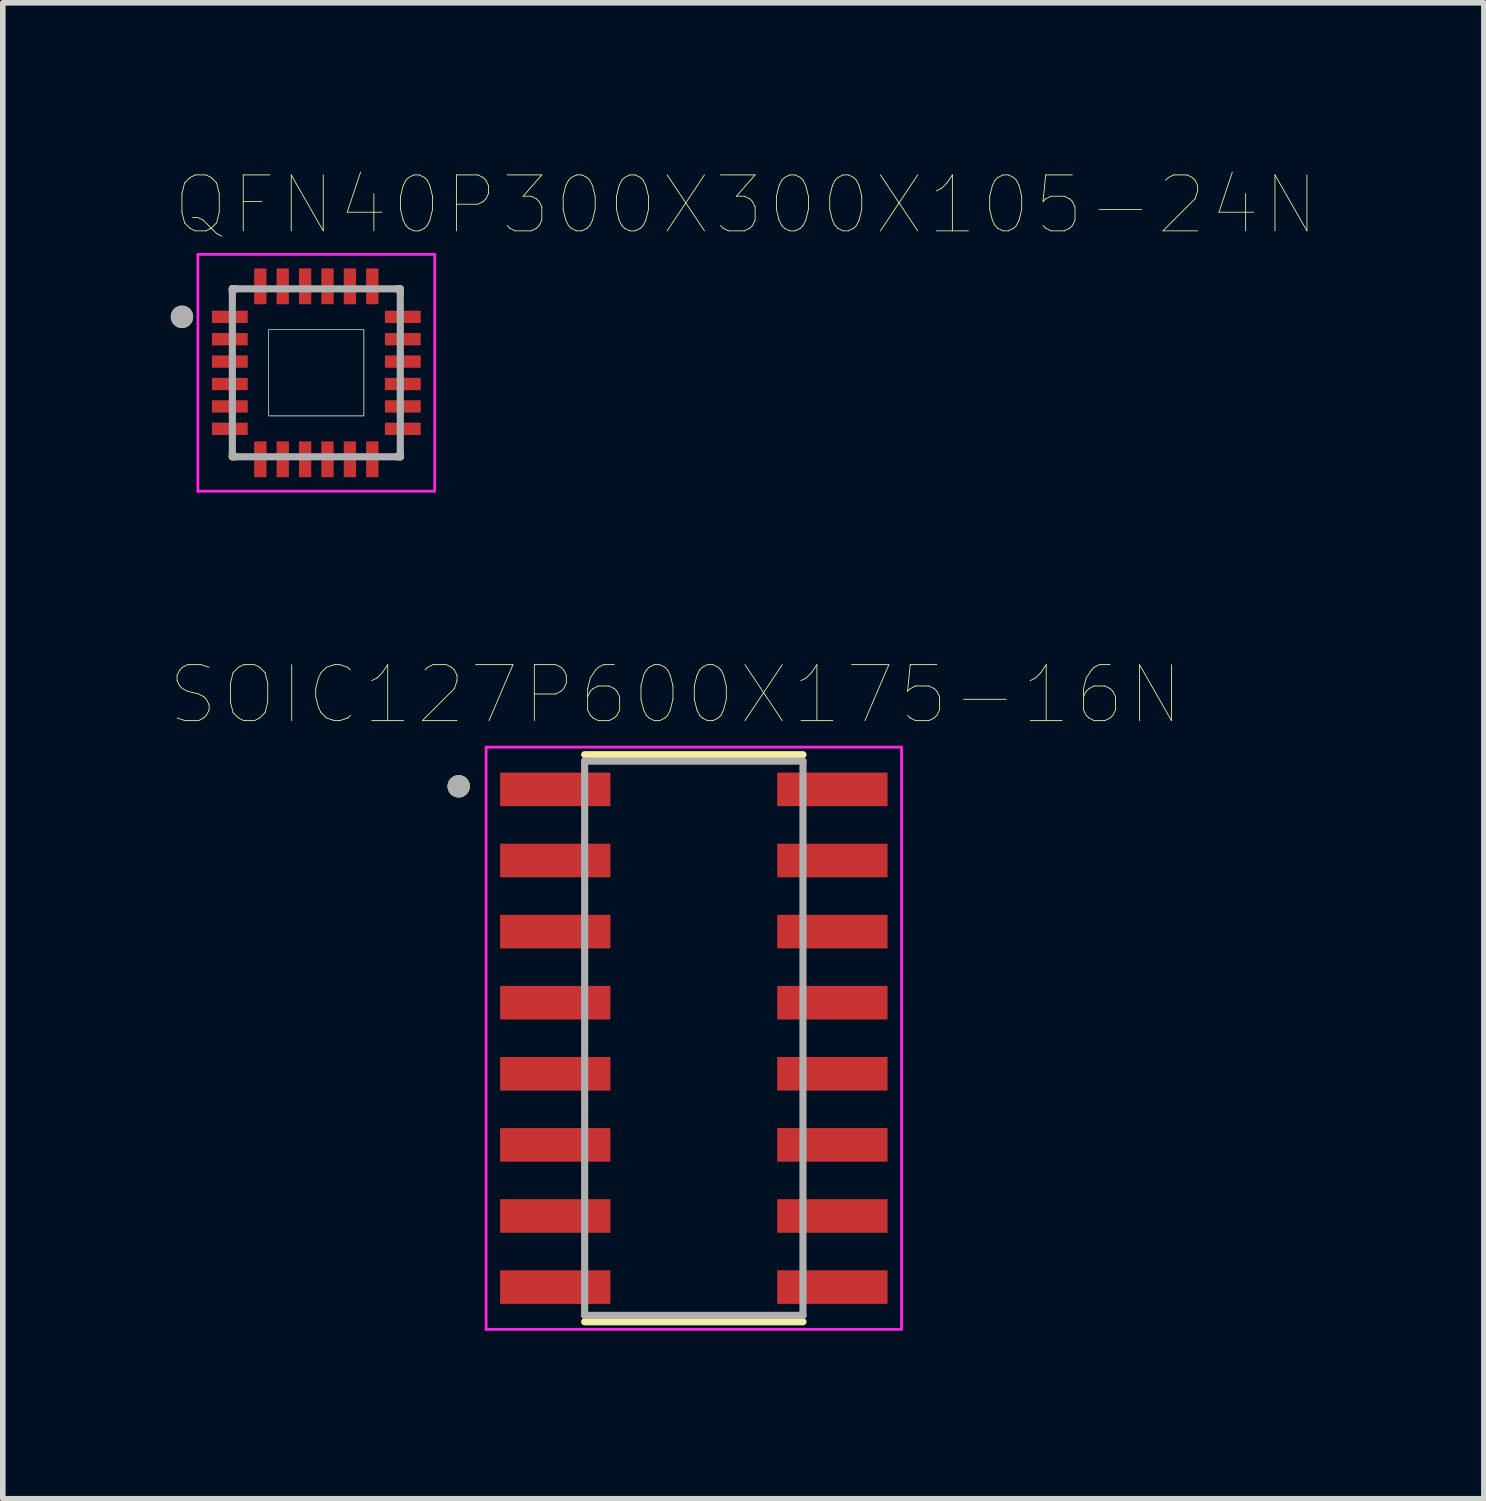
<source format=kicad_pcb>
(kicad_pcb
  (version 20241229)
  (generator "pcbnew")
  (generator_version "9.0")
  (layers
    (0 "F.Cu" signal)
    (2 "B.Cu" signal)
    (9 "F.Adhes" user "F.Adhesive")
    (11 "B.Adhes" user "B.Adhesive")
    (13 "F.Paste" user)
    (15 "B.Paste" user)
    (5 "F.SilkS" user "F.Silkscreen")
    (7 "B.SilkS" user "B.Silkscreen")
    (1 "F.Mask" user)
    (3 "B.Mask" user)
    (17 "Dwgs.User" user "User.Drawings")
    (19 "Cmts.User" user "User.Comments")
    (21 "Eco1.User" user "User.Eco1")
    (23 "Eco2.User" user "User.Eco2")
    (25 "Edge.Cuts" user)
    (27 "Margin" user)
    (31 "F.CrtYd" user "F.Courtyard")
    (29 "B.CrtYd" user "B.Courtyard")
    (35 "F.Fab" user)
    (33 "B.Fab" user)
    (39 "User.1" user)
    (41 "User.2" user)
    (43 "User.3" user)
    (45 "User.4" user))
  (footprint "SOIC127P600X175-16N"
    (layer "F.Cu")
    (at 9.343 15.495)
    (property "Reference" "SOIC127P600X175-16N" (at -0.325 -6.135 0) (layer "F.SilkS") (effects (font (size 1 1) (thickness 0.015))))
    (attr through_hole)
    (fp_line (start -1.95 -5.065) (end 1.95 -5.065) (stroke (width 0.127) (type solid)) (layer "F.SilkS"))
    (fp_line (start -1.95 5.065) (end 1.95 5.065) (stroke (width 0.127) (type solid)) (layer "F.SilkS"))
    (fp_circle (center -4.2 -4.5) (end -4.1 -4.5) (stroke (width 0.2) (type solid)) (fill no) (layer "F.SilkS"))
    (fp_line (start -3.71 -5.2) (end -3.71 5.2) (stroke (width 0.05) (type solid)) (layer "F.CrtYd"))
    (fp_line (start -3.71 -5.2) (end 3.71 -5.2) (stroke (width 0.05) (type solid)) (layer "F.CrtYd"))
    (fp_line (start -3.71 5.2) (end 3.71 5.2) (stroke (width 0.05) (type solid)) (layer "F.CrtYd"))
    (fp_line (start 3.71 -5.2) (end 3.71 5.2) (stroke (width 0.05) (type solid)) (layer "F.CrtYd"))
    (fp_line (start -1.95 -4.95) (end -1.95 4.95) (stroke (width 0.127) (type solid)) (layer "F.Fab"))
    (fp_line (start -1.95 -4.95) (end 1.95 -4.95) (stroke (width 0.127) (type solid)) (layer "F.Fab"))
    (fp_line (start -1.95 4.95) (end 1.95 4.95) (stroke (width 0.127) (type solid)) (layer "F.Fab"))
    (fp_line (start 1.95 -4.95) (end 1.95 4.95) (stroke (width 0.127) (type solid)) (layer "F.Fab"))
    (fp_circle (center -4.2 -4.5) (end -4.1 -4.5) (stroke (width 0.2) (type solid)) (fill no) (layer "F.Fab"))
    (pad "1" smd rect (at -2.475 -4.445) (size 1.97 0.6) (layers "F.Cu" "F.Mask" "F.Paste"))
    (pad "2" smd rect (at -2.475 -3.175) (size 1.97 0.6) (layers "F.Cu" "F.Mask" "F.Paste"))
    (pad "3" smd rect (at -2.475 -1.905) (size 1.97 0.6) (layers "F.Cu" "F.Mask" "F.Paste"))
    (pad "4" smd rect (at -2.475 -0.635) (size 1.97 0.6) (layers "F.Cu" "F.Mask" "F.Paste"))
    (pad "5" smd rect (at -2.475 0.635) (size 1.97 0.6) (layers "F.Cu" "F.Mask" "F.Paste"))
    (pad "6" smd rect (at -2.475 1.905) (size 1.97 0.6) (layers "F.Cu" "F.Mask" "F.Paste"))
    (pad "7" smd rect (at -2.475 3.175) (size 1.97 0.6) (layers "F.Cu" "F.Mask" "F.Paste"))
    (pad "8" smd rect (at -2.475 4.445) (size 1.97 0.6) (layers "F.Cu" "F.Mask" "F.Paste"))
    (pad "9" smd rect (at 2.475 4.445) (size 1.97 0.6) (layers "F.Cu" "F.Mask" "F.Paste"))
    (pad "10" smd rect (at 2.475 3.175) (size 1.97 0.6) (layers "F.Cu" "F.Mask" "F.Paste"))
    (pad "11" smd rect (at 2.475 1.905) (size 1.97 0.6) (layers "F.Cu" "F.Mask" "F.Paste"))
    (pad "12" smd rect (at 2.475 0.635) (size 1.97 0.6) (layers "F.Cu" "F.Mask" "F.Paste"))
    (pad "13" smd rect (at 2.475 -0.635) (size 1.97 0.6) (layers "F.Cu" "F.Mask" "F.Paste"))
    (pad "14" smd rect (at 2.475 -1.905) (size 1.97 0.6) (layers "F.Cu" "F.Mask" "F.Paste"))
    (pad "15" smd rect (at 2.475 -3.175) (size 1.97 0.6) (layers "F.Cu" "F.Mask" "F.Paste"))
    (pad "16" smd rect (at 2.475 -4.445) (size 1.97 0.6) (layers "F.Cu" "F.Mask" "F.Paste")))
  (footprint "QFN40P300X300X105-24N"
    (layer "F.Cu")
    (at 2.6 3.609)
    (property "Reference" "QFN40P300X300X105-24N" (at 7.671 -2.997 0) (layer "F.SilkS") (effects (font (size 1 1) (thickness 0.015))))
    (attr through_hole)
    (fp_line (start -1.5 -1.5) (end -1.5 -1.43) (stroke (width 0.127) (type solid)) (layer "F.SilkS"))
    (fp_line (start -1.5 1.43) (end -1.5 1.5) (stroke (width 0.127) (type solid)) (layer "F.SilkS"))
    (fp_line (start -1.5 1.5) (end -1.43 1.5) (stroke (width 0.127) (type solid)) (layer "F.SilkS"))
    (fp_line (start -1.43 -1.5) (end -1.5 -1.5) (stroke (width 0.127) (type solid)) (layer "F.SilkS"))
    (fp_line (start 1.43 1.5) (end 1.5 1.5) (stroke (width 0.127) (type solid)) (layer "F.SilkS"))
    (fp_line (start 1.5 -1.5) (end 1.43 -1.5) (stroke (width 0.127) (type solid)) (layer "F.SilkS"))
    (fp_line (start 1.5 -1.43) (end 1.5 -1.5) (stroke (width 0.127) (type solid)) (layer "F.SilkS"))
    (fp_line (start 1.5 1.5) (end 1.5 1.43) (stroke (width 0.127) (type solid)) (layer "F.SilkS"))
    (fp_circle (center -2.4 -1) (end -2.3 -1) (stroke (width 0.2) (type solid)) (fill no) (layer "F.SilkS"))
    (fp_poly (pts (xy -0.85 -0.77) (xy 0.85 -0.77) (xy 0.85 0.77) (xy -0.85 0.77)) (stroke (width 0.01) (type solid)) (fill no) (layer "Dwgs.User"))
    (fp_poly (pts (xy -0.85 -0.77) (xy 0.85 -0.77) (xy 0.85 0.77) (xy -0.85 0.77)) (stroke (width 0.01) (type solid)) (fill no) (layer "Dwgs.User"))
    (fp_line (start -2.115 -2.115) (end 2.115 -2.115) (stroke (width 0.05) (type solid)) (layer "F.CrtYd"))
    (fp_line (start -2.115 2.115) (end -2.115 -2.115) (stroke (width 0.05) (type solid)) (layer "F.CrtYd"))
    (fp_line (start 2.115 -2.115) (end 2.115 2.115) (stroke (width 0.05) (type solid)) (layer "F.CrtYd"))
    (fp_line (start 2.115 2.115) (end -2.115 2.115) (stroke (width 0.05) (type solid)) (layer "F.CrtYd"))
    (fp_line (start -1.5 -1.5) (end 1.5 -1.5) (stroke (width 0.127) (type solid)) (layer "F.Fab"))
    (fp_line (start -1.5 1.5) (end -1.5 -1.5) (stroke (width 0.127) (type solid)) (layer "F.Fab"))
    (fp_line (start 1.5 -1.5) (end 1.5 1.5) (stroke (width 0.127) (type solid)) (layer "F.Fab"))
    (fp_line (start 1.5 1.5) (end -1.5 1.5) (stroke (width 0.127) (type solid)) (layer "F.Fab"))
    (fp_circle (center -2.4 -1) (end -2.3 -1) (stroke (width 0.2) (type solid)) (fill no) (layer "F.Fab"))
    (pad "1" smd rect (at -1.545 -1) (size 0.64 0.22) (layers "F.Cu" "F.Mask" "F.Paste"))
    (pad "2" smd rect (at -1.545 -0.6) (size 0.64 0.22) (layers "F.Cu" "F.Mask" "F.Paste"))
    (pad "3" smd rect (at -1.545 -0.2) (size 0.64 0.22) (layers "F.Cu" "F.Mask" "F.Paste"))
    (pad "4" smd rect (at -1.545 0.2) (size 0.64 0.22) (layers "F.Cu" "F.Mask" "F.Paste"))
    (pad "5" smd rect (at -1.545 0.6) (size 0.64 0.22) (layers "F.Cu" "F.Mask" "F.Paste"))
    (pad "6" smd rect (at -1.545 1) (size 0.64 0.22) (layers "F.Cu" "F.Mask" "F.Paste"))
    (pad "7" smd rect (at -1 1.545) (size 0.22 0.64) (layers "F.Cu" "F.Mask" "F.Paste"))
    (pad "8" smd rect (at -0.6 1.545) (size 0.22 0.64) (layers "F.Cu" "F.Mask" "F.Paste"))
    (pad "9" smd rect (at -0.2 1.545) (size 0.22 0.64) (layers "F.Cu" "F.Mask" "F.Paste"))
    (pad "10" smd rect (at 0.2 1.545) (size 0.22 0.64) (layers "F.Cu" "F.Mask" "F.Paste"))
    (pad "11" smd rect (at 0.6 1.545) (size 0.22 0.64) (layers "F.Cu" "F.Mask" "F.Paste"))
    (pad "12" smd rect (at 1 1.545) (size 0.22 0.64) (layers "F.Cu" "F.Mask" "F.Paste"))
    (pad "13" smd rect (at 1.545 1) (size 0.64 0.22) (layers "F.Cu" "F.Mask" "F.Paste"))
    (pad "14" smd rect (at 1.545 0.6) (size 0.64 0.22) (layers "F.Cu" "F.Mask" "F.Paste"))
    (pad "15" smd rect (at 1.545 0.2) (size 0.64 0.22) (layers "F.Cu" "F.Mask" "F.Paste"))
    (pad "16" smd rect (at 1.545 -0.2) (size 0.64 0.22) (layers "F.Cu" "F.Mask" "F.Paste"))
    (pad "17" smd rect (at 1.545 -0.6) (size 0.64 0.22) (layers "F.Cu" "F.Mask" "F.Paste"))
    (pad "18" smd rect (at 1.545 -1) (size 0.64 0.22) (layers "F.Cu" "F.Mask" "F.Paste"))
    (pad "19" smd rect (at 1 -1.545) (size 0.22 0.64) (layers "F.Cu" "F.Mask" "F.Paste"))
    (pad "20" smd rect (at 0.6 -1.545) (size 0.22 0.64) (layers "F.Cu" "F.Mask" "F.Paste"))
    (pad "21" smd rect (at 0.2 -1.545) (size 0.22 0.64) (layers "F.Cu" "F.Mask" "F.Paste"))
    (pad "22" smd rect (at -0.2 -1.545) (size 0.22 0.64) (layers "F.Cu" "F.Mask" "F.Paste"))
    (pad "23" smd rect (at -0.6 -1.545) (size 0.22 0.64) (layers "F.Cu" "F.Mask" "F.Paste"))
    (pad "24" smd rect (at -1 -1.545) (size 0.22 0.64) (layers "F.Cu" "F.Mask" "F.Paste")))
  (gr_rect
    (start -3 -3)
    (end 23.455 23.72)
    (stroke (width 0.1) (type default))
    (fill no)
    (layer "Edge.Cuts")))
</source>
